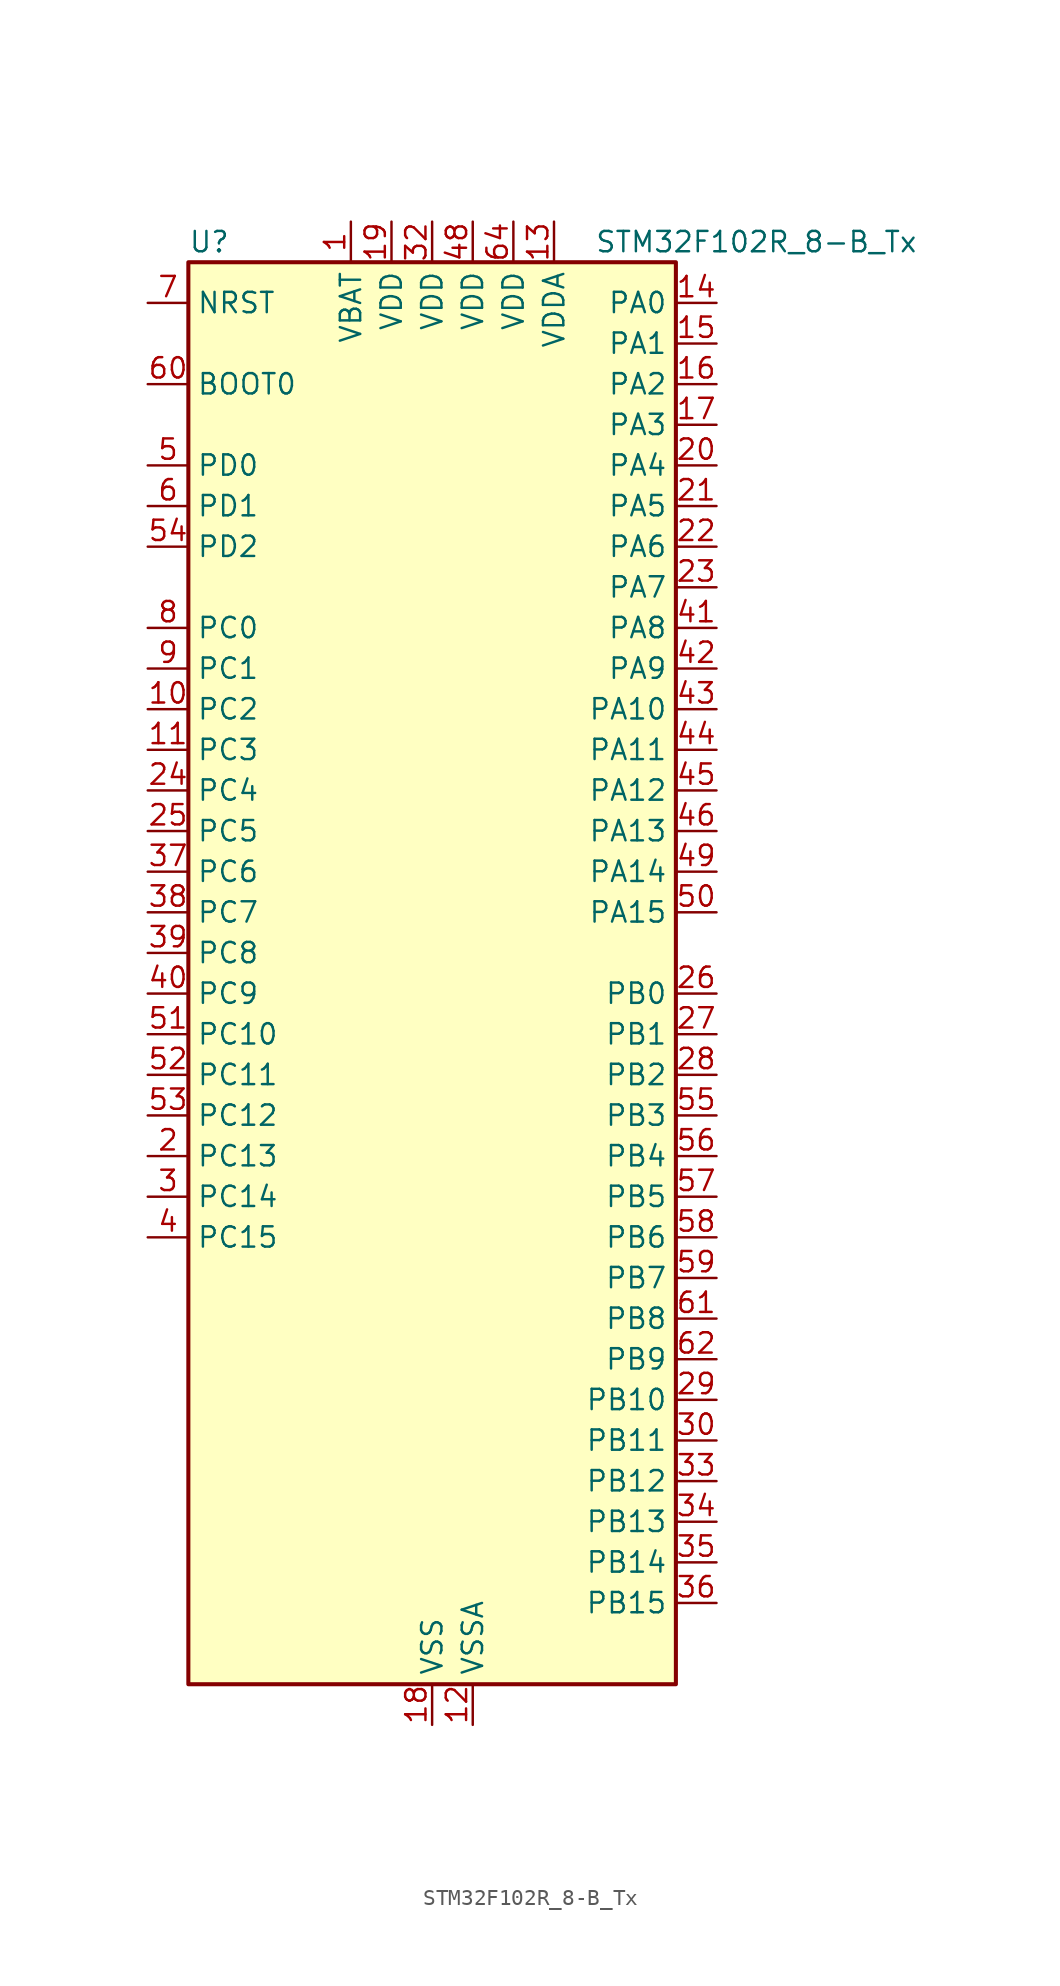
<source format=kicad_sym>
(kicad_symbol_lib
  (version 20220914)
  (generator kicad_symbol_editor)
  (symbol "STM32F102R_8-B_Tx"
    (property "Reference" "U"
      (at -15.24 46.99 0)
      (effects (font (size 1.27 1.27)) (justify left)))
    (property "Value" "STM32F102R_8-B_Tx"
      (at 10.16 46.99 0)
      (effects (font (size 1.27 1.27)) (justify left)))
    (property "ki_locked" ""
      (at 0 0 0)
      (effects (font (size 1.27 1.27))))
    (symbol "STM32F102R_8-B_Tx_0_1"
      (rectangle (start -15.24 -43.18) (end 15.24 45.72) (stroke (width 0.254) (type default)) (fill (type background))))
    (symbol "STM32F102R_8-B_Tx_1_1"
      (pin power_in line (at -5.08 48.26 270) (length 2.54) (name "VBAT" (effects (font (size 1.27 1.27)))) (number "1" (effects (font (size 1.27 1.27)))))
      (pin bidirectional line (at -17.78 17.78 0) (length 2.54) (name "PC2" (effects (font (size 1.27 1.27)))) (number "10" (effects (font (size 1.27 1.27)))) (alternate "ADC1_IN12" bidirectional line))
      (pin bidirectional line (at -17.78 15.24 0) (length 2.54) (name "PC3" (effects (font (size 1.27 1.27)))) (number "11" (effects (font (size 1.27 1.27)))) (alternate "ADC1_IN13" bidirectional line))
      (pin power_in line (at 2.54 -45.72 90) (length 2.54) (name "VSSA" (effects (font (size 1.27 1.27)))) (number "12" (effects (font (size 1.27 1.27)))))
      (pin power_in line (at 7.62 48.26 270) (length 2.54) (name "VDDA" (effects (font (size 1.27 1.27)))) (number "13" (effects (font (size 1.27 1.27)))))
      (pin bidirectional line (at 17.78 43.18 180) (length 2.54) (name "PA0" (effects (font (size 1.27 1.27)))) (number "14" (effects (font (size 1.27 1.27)))) (alternate "ADC1_IN0" bidirectional line) (alternate "SYS_WKUP" bidirectional line) (alternate "TIM2_CH1" bidirectional line) (alternate "TIM2_ETR" bidirectional line) (alternate "USART2_CTS" bidirectional line))
      (pin bidirectional line (at 17.78 40.64 180) (length 2.54) (name "PA1" (effects (font (size 1.27 1.27)))) (number "15" (effects (font (size 1.27 1.27)))) (alternate "ADC1_IN1" bidirectional line) (alternate "TIM2_CH2" bidirectional line) (alternate "USART2_RTS" bidirectional line))
      (pin bidirectional line (at 17.78 38.1 180) (length 2.54) (name "PA2" (effects (font (size 1.27 1.27)))) (number "16" (effects (font (size 1.27 1.27)))) (alternate "ADC1_IN2" bidirectional line) (alternate "TIM2_CH3" bidirectional line) (alternate "USART2_TX" bidirectional line))
      (pin bidirectional line (at 17.78 35.56 180) (length 2.54) (name "PA3" (effects (font (size 1.27 1.27)))) (number "17" (effects (font (size 1.27 1.27)))) (alternate "ADC1_IN3" bidirectional line) (alternate "TIM2_CH4" bidirectional line) (alternate "USART2_RX" bidirectional line))
      (pin power_in line (at 0 -45.72 90) (length 2.54) (name "VSS" (effects (font (size 1.27 1.27)))) (number "18" (effects (font (size 1.27 1.27)))))
      (pin power_in line (at -2.54 48.26 270) (length 2.54) (name "VDD" (effects (font (size 1.27 1.27)))) (number "19" (effects (font (size 1.27 1.27)))))
      (pin bidirectional line (at -17.78 -10.16 0) (length 2.54) (name "PC13" (effects (font (size 1.27 1.27)))) (number "2" (effects (font (size 1.27 1.27)))) (alternate "RTC_OUT" bidirectional line) (alternate "RTC_TAMPER" bidirectional line))
      (pin bidirectional line (at 17.78 33.02 180) (length 2.54) (name "PA4" (effects (font (size 1.27 1.27)))) (number "20" (effects (font (size 1.27 1.27)))) (alternate "ADC1_IN4" bidirectional line) (alternate "SPI1_NSS" bidirectional line) (alternate "USART2_CK" bidirectional line))
      (pin bidirectional line (at 17.78 30.48 180) (length 2.54) (name "PA5" (effects (font (size 1.27 1.27)))) (number "21" (effects (font (size 1.27 1.27)))) (alternate "ADC1_IN5" bidirectional line) (alternate "SPI1_SCK" bidirectional line))
      (pin bidirectional line (at 17.78 27.94 180) (length 2.54) (name "PA6" (effects (font (size 1.27 1.27)))) (number "22" (effects (font (size 1.27 1.27)))) (alternate "ADC1_IN6" bidirectional line) (alternate "SPI1_MISO" bidirectional line) (alternate "TIM3_CH1" bidirectional line))
      (pin bidirectional line (at 17.78 25.4 180) (length 2.54) (name "PA7" (effects (font (size 1.27 1.27)))) (number "23" (effects (font (size 1.27 1.27)))) (alternate "ADC1_IN7" bidirectional line) (alternate "SPI1_MOSI" bidirectional line) (alternate "TIM3_CH2" bidirectional line))
      (pin bidirectional line (at -17.78 12.7 0) (length 2.54) (name "PC4" (effects (font (size 1.27 1.27)))) (number "24" (effects (font (size 1.27 1.27)))) (alternate "ADC1_IN14" bidirectional line))
      (pin bidirectional line (at -17.78 10.16 0) (length 2.54) (name "PC5" (effects (font (size 1.27 1.27)))) (number "25" (effects (font (size 1.27 1.27)))) (alternate "ADC1_IN15" bidirectional line))
      (pin bidirectional line (at 17.78 0 180) (length 2.54) (name "PB0" (effects (font (size 1.27 1.27)))) (number "26" (effects (font (size 1.27 1.27)))) (alternate "ADC1_IN8" bidirectional line) (alternate "TIM3_CH3" bidirectional line))
      (pin bidirectional line (at 17.78 -2.54 180) (length 2.54) (name "PB1" (effects (font (size 1.27 1.27)))) (number "27" (effects (font (size 1.27 1.27)))) (alternate "ADC1_IN9" bidirectional line) (alternate "TIM3_CH4" bidirectional line))
      (pin bidirectional line (at 17.78 -5.08 180) (length 2.54) (name "PB2" (effects (font (size 1.27 1.27)))) (number "28" (effects (font (size 1.27 1.27)))))
      (pin bidirectional line (at 17.78 -25.4 180) (length 2.54) (name "PB10" (effects (font (size 1.27 1.27)))) (number "29" (effects (font (size 1.27 1.27)))) (alternate "I2C2_SCL" bidirectional line) (alternate "TIM2_CH3" bidirectional line) (alternate "USART3_TX" bidirectional line))
      (pin bidirectional line (at -17.78 -12.7 0) (length 2.54) (name "PC14" (effects (font (size 1.27 1.27)))) (number "3" (effects (font (size 1.27 1.27)))) (alternate "RCC_OSC32_IN" bidirectional line))
      (pin bidirectional line (at 17.78 -27.94 180) (length 2.54) (name "PB11" (effects (font (size 1.27 1.27)))) (number "30" (effects (font (size 1.27 1.27)))) (alternate "ADC1_EXTI11" bidirectional line) (alternate "I2C2_SDA" bidirectional line) (alternate "TIM2_CH4" bidirectional line) (alternate "USART3_RX" bidirectional line))
      (pin passive line (at 0 -45.72 90) (length 2.54) hide (name "VSS" (effects (font (size 1.27 1.27)))) (number "31" (effects (font (size 1.27 1.27)))))
      (pin power_in line (at 0 48.26 270) (length 2.54) (name "VDD" (effects (font (size 1.27 1.27)))) (number "32" (effects (font (size 1.27 1.27)))))
      (pin bidirectional line (at 17.78 -30.48 180) (length 2.54) (name "PB12" (effects (font (size 1.27 1.27)))) (number "33" (effects (font (size 1.27 1.27)))) (alternate "I2C2_SMBA" bidirectional line) (alternate "SPI2_NSS" bidirectional line) (alternate "USART3_CK" bidirectional line))
      (pin bidirectional line (at 17.78 -33.02 180) (length 2.54) (name "PB13" (effects (font (size 1.27 1.27)))) (number "34" (effects (font (size 1.27 1.27)))) (alternate "SPI2_SCK" bidirectional line) (alternate "USART3_CTS" bidirectional line))
      (pin bidirectional line (at 17.78 -35.56 180) (length 2.54) (name "PB14" (effects (font (size 1.27 1.27)))) (number "35" (effects (font (size 1.27 1.27)))) (alternate "SPI2_MISO" bidirectional line) (alternate "USART3_RTS" bidirectional line))
      (pin bidirectional line (at 17.78 -38.1 180) (length 2.54) (name "PB15" (effects (font (size 1.27 1.27)))) (number "36" (effects (font (size 1.27 1.27)))) (alternate "ADC1_EXTI15" bidirectional line) (alternate "SPI2_MOSI" bidirectional line))
      (pin bidirectional line (at -17.78 7.62 0) (length 2.54) (name "PC6" (effects (font (size 1.27 1.27)))) (number "37" (effects (font (size 1.27 1.27)))) (alternate "TIM3_CH1" bidirectional line))
      (pin bidirectional line (at -17.78 5.08 0) (length 2.54) (name "PC7" (effects (font (size 1.27 1.27)))) (number "38" (effects (font (size 1.27 1.27)))) (alternate "TIM3_CH2" bidirectional line))
      (pin bidirectional line (at -17.78 2.54 0) (length 2.54) (name "PC8" (effects (font (size 1.27 1.27)))) (number "39" (effects (font (size 1.27 1.27)))) (alternate "TIM3_CH3" bidirectional line))
      (pin bidirectional line (at -17.78 -15.24 0) (length 2.54) (name "PC15" (effects (font (size 1.27 1.27)))) (number "4" (effects (font (size 1.27 1.27)))) (alternate "ADC1_EXTI15" bidirectional line) (alternate "RCC_OSC32_OUT" bidirectional line))
      (pin bidirectional line (at -17.78 0 0) (length 2.54) (name "PC9" (effects (font (size 1.27 1.27)))) (number "40" (effects (font (size 1.27 1.27)))) (alternate "TIM3_CH4" bidirectional line))
      (pin bidirectional line (at 17.78 22.86 180) (length 2.54) (name "PA8" (effects (font (size 1.27 1.27)))) (number "41" (effects (font (size 1.27 1.27)))) (alternate "RCC_MCO" bidirectional line) (alternate "USART1_CK" bidirectional line))
      (pin bidirectional line (at 17.78 20.32 180) (length 2.54) (name "PA9" (effects (font (size 1.27 1.27)))) (number "42" (effects (font (size 1.27 1.27)))) (alternate "USART1_TX" bidirectional line))
      (pin bidirectional line (at 17.78 17.78 180) (length 2.54) (name "PA10" (effects (font (size 1.27 1.27)))) (number "43" (effects (font (size 1.27 1.27)))) (alternate "USART1_RX" bidirectional line))
      (pin bidirectional line (at 17.78 15.24 180) (length 2.54) (name "PA11" (effects (font (size 1.27 1.27)))) (number "44" (effects (font (size 1.27 1.27)))) (alternate "ADC1_EXTI11" bidirectional line) (alternate "USART1_CTS" bidirectional line) (alternate "USB_DM" bidirectional line))
      (pin bidirectional line (at 17.78 12.7 180) (length 2.54) (name "PA12" (effects (font (size 1.27 1.27)))) (number "45" (effects (font (size 1.27 1.27)))) (alternate "USART1_RTS" bidirectional line) (alternate "USB_DP" bidirectional line))
      (pin bidirectional line (at 17.78 10.16 180) (length 2.54) (name "PA13" (effects (font (size 1.27 1.27)))) (number "46" (effects (font (size 1.27 1.27)))) (alternate "SYS_JTMS-SWDIO" bidirectional line))
      (pin passive line (at 0 -45.72 90) (length 2.54) hide (name "VSS" (effects (font (size 1.27 1.27)))) (number "47" (effects (font (size 1.27 1.27)))))
      (pin power_in line (at 2.54 48.26 270) (length 2.54) (name "VDD" (effects (font (size 1.27 1.27)))) (number "48" (effects (font (size 1.27 1.27)))))
      (pin bidirectional line (at 17.78 7.62 180) (length 2.54) (name "PA14" (effects (font (size 1.27 1.27)))) (number "49" (effects (font (size 1.27 1.27)))) (alternate "SYS_JTCK-SWCLK" bidirectional line))
      (pin bidirectional line (at -17.78 33.02 0) (length 2.54) (name "PD0" (effects (font (size 1.27 1.27)))) (number "5" (effects (font (size 1.27 1.27)))) (alternate "RCC_OSC_IN" bidirectional line))
      (pin bidirectional line (at 17.78 5.08 180) (length 2.54) (name "PA15" (effects (font (size 1.27 1.27)))) (number "50" (effects (font (size 1.27 1.27)))) (alternate "ADC1_EXTI15" bidirectional line) (alternate "SPI1_NSS" bidirectional line) (alternate "SYS_JTDI" bidirectional line) (alternate "TIM2_CH1" bidirectional line) (alternate "TIM2_ETR" bidirectional line))
      (pin bidirectional line (at -17.78 -2.54 0) (length 2.54) (name "PC10" (effects (font (size 1.27 1.27)))) (number "51" (effects (font (size 1.27 1.27)))) (alternate "USART3_TX" bidirectional line))
      (pin bidirectional line (at -17.78 -5.08 0) (length 2.54) (name "PC11" (effects (font (size 1.27 1.27)))) (number "52" (effects (font (size 1.27 1.27)))) (alternate "ADC1_EXTI11" bidirectional line) (alternate "USART3_RX" bidirectional line))
      (pin bidirectional line (at -17.78 -7.62 0) (length 2.54) (name "PC12" (effects (font (size 1.27 1.27)))) (number "53" (effects (font (size 1.27 1.27)))) (alternate "USART3_CK" bidirectional line))
      (pin bidirectional line (at -17.78 27.94 0) (length 2.54) (name "PD2" (effects (font (size 1.27 1.27)))) (number "54" (effects (font (size 1.27 1.27)))) (alternate "TIM3_ETR" bidirectional line))
      (pin bidirectional line (at 17.78 -7.62 180) (length 2.54) (name "PB3" (effects (font (size 1.27 1.27)))) (number "55" (effects (font (size 1.27 1.27)))) (alternate "SPI1_SCK" bidirectional line) (alternate "SYS_JTDO-TRACESWO" bidirectional line) (alternate "TIM2_CH2" bidirectional line))
      (pin bidirectional line (at 17.78 -10.16 180) (length 2.54) (name "PB4" (effects (font (size 1.27 1.27)))) (number "56" (effects (font (size 1.27 1.27)))) (alternate "SPI1_MISO" bidirectional line) (alternate "SYS_NJTRST" bidirectional line) (alternate "TIM3_CH1" bidirectional line))
      (pin bidirectional line (at 17.78 -12.7 180) (length 2.54) (name "PB5" (effects (font (size 1.27 1.27)))) (number "57" (effects (font (size 1.27 1.27)))) (alternate "I2C1_SMBA" bidirectional line) (alternate "SPI1_MOSI" bidirectional line) (alternate "TIM3_CH2" bidirectional line))
      (pin bidirectional line (at 17.78 -15.24 180) (length 2.54) (name "PB6" (effects (font (size 1.27 1.27)))) (number "58" (effects (font (size 1.27 1.27)))) (alternate "I2C1_SCL" bidirectional line) (alternate "TIM4_CH1" bidirectional line) (alternate "USART1_TX" bidirectional line))
      (pin bidirectional line (at 17.78 -17.78 180) (length 2.54) (name "PB7" (effects (font (size 1.27 1.27)))) (number "59" (effects (font (size 1.27 1.27)))) (alternate "I2C1_SDA" bidirectional line) (alternate "TIM4_CH2" bidirectional line) (alternate "USART1_RX" bidirectional line))
      (pin bidirectional line (at -17.78 30.48 0) (length 2.54) (name "PD1" (effects (font (size 1.27 1.27)))) (number "6" (effects (font (size 1.27 1.27)))) (alternate "RCC_OSC_OUT" bidirectional line))
      (pin input line (at -17.78 38.1 0) (length 2.54) (name "BOOT0" (effects (font (size 1.27 1.27)))) (number "60" (effects (font (size 1.27 1.27)))))
      (pin bidirectional line (at 17.78 -20.32 180) (length 2.54) (name "PB8" (effects (font (size 1.27 1.27)))) (number "61" (effects (font (size 1.27 1.27)))) (alternate "I2C1_SCL" bidirectional line) (alternate "TIM4_CH3" bidirectional line))
      (pin bidirectional line (at 17.78 -22.86 180) (length 2.54) (name "PB9" (effects (font (size 1.27 1.27)))) (number "62" (effects (font (size 1.27 1.27)))) (alternate "I2C1_SDA" bidirectional line) (alternate "TIM4_CH4" bidirectional line))
      (pin passive line (at 0 -45.72 90) (length 2.54) hide (name "VSS" (effects (font (size 1.27 1.27)))) (number "63" (effects (font (size 1.27 1.27)))))
      (pin power_in line (at 5.08 48.26 270) (length 2.54) (name "VDD" (effects (font (size 1.27 1.27)))) (number "64" (effects (font (size 1.27 1.27)))))
      (pin input line (at -17.78 43.18 0) (length 2.54) (name "NRST" (effects (font (size 1.27 1.27)))) (number "7" (effects (font (size 1.27 1.27)))))
      (pin bidirectional line (at -17.78 22.86 0) (length 2.54) (name "PC0" (effects (font (size 1.27 1.27)))) (number "8" (effects (font (size 1.27 1.27)))) (alternate "ADC1_IN10" bidirectional line))
      (pin bidirectional line (at -17.78 20.32 0) (length 2.54) (name "PC1" (effects (font (size 1.27 1.27)))) (number "9" (effects (font (size 1.27 1.27)))) (alternate "ADC1_IN11" bidirectional line)))))
</source>
